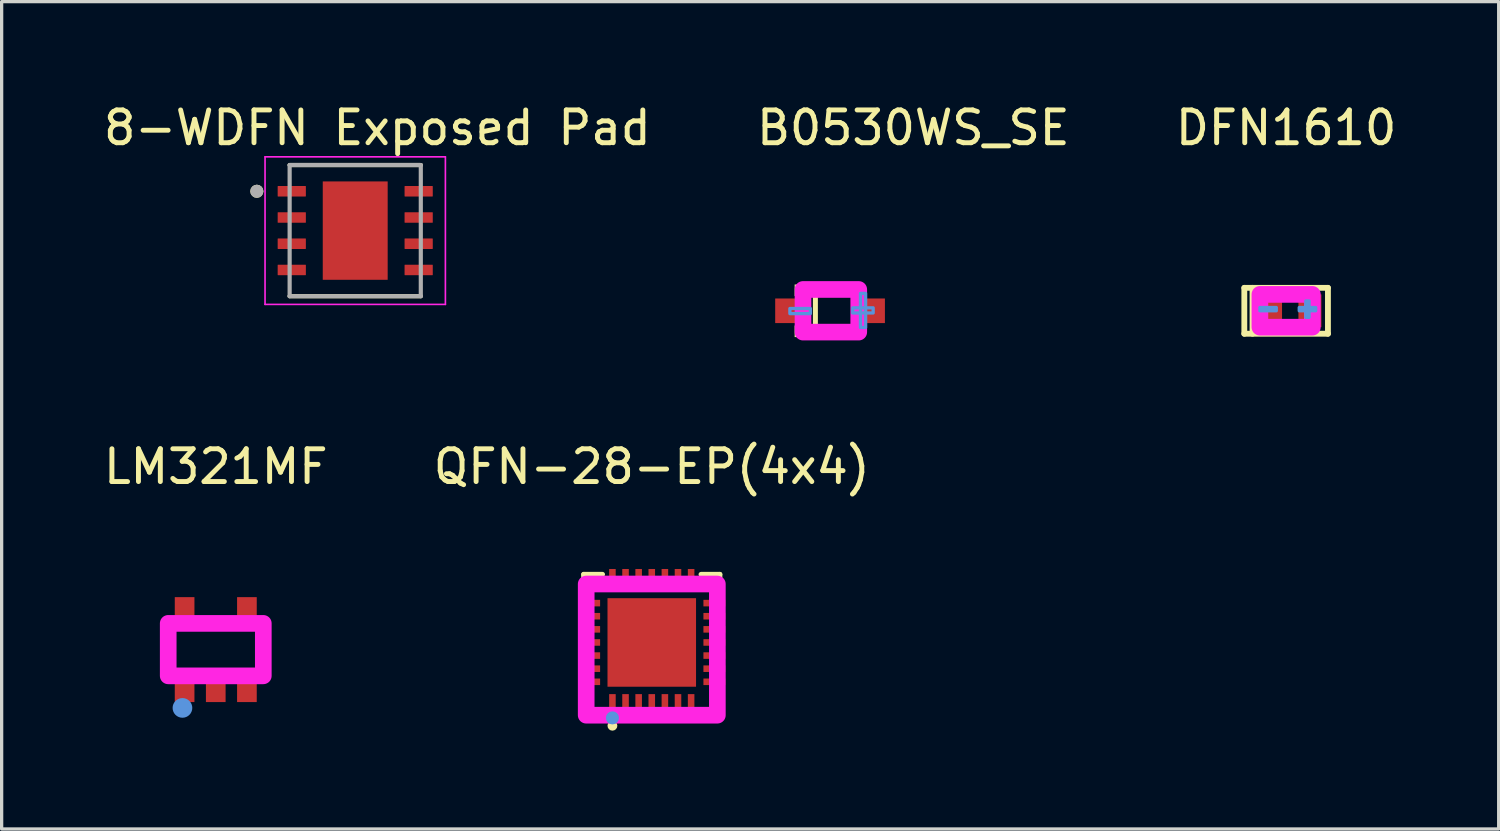
<source format=kicad_pcb>
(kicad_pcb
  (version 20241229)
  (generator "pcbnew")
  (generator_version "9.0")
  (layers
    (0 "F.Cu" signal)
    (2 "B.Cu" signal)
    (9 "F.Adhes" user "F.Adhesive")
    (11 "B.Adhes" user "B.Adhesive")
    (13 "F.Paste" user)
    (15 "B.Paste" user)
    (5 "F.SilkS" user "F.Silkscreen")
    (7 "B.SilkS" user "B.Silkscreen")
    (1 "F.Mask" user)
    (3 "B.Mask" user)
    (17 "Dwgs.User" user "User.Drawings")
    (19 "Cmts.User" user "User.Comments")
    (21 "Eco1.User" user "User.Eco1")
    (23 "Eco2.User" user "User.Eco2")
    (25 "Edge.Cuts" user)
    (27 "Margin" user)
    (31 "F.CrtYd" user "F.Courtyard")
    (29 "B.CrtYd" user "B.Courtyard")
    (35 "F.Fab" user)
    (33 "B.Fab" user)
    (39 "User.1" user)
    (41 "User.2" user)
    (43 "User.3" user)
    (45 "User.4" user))
  (footprint "8-WDFN Exposed Pad"
    (layer "F.Cu")
    (at 7.783 3.983)
    (property "Reference" "8-WDFN Exposed Pad" (at 0.675 -3.135 0) (layer "F.SilkS") (effects (font (size 1 1) (thickness 0.15))))
    (attr through_hole)
    (fp_line (start -2 -2) (end 2 -2) (stroke (width 0.127) (type solid)) (layer "F.SilkS"))
    (fp_line (start -2 2) (end 2 2) (stroke (width 0.127) (type solid)) (layer "F.SilkS"))
    (fp_circle (center -3 -1.2) (end -2.9 -1.2) (stroke (width 0.2) (type solid)) (fill no) (layer "F.SilkS"))
    (fp_poly (pts (xy -0.625 -0.95) (xy 0.625 -0.95) (xy 0.625 0.95) (xy -0.625 0.95)) (stroke (width 0.01) (type solid)) (fill yes) (layer "F.Paste"))
    (fp_line (start -2.75 -2.25) (end -2.75 2.25) (stroke (width 0.05) (type solid)) (layer "F.CrtYd"))
    (fp_line (start -2.75 -2.25) (end 2.75 -2.25) (stroke (width 0.05) (type solid)) (layer "F.CrtYd"))
    (fp_line (start -2.75 2.25) (end 2.75 2.25) (stroke (width 0.05) (type solid)) (layer "F.CrtYd"))
    (fp_line (start 2.75 -2.25) (end 2.75 2.25) (stroke (width 0.05) (type solid)) (layer "F.CrtYd"))
    (fp_line (start -2 -2) (end -2 2) (stroke (width 0.127) (type solid)) (layer "F.Fab"))
    (fp_line (start -2 -2) (end 2 -2) (stroke (width 0.127) (type solid)) (layer "F.Fab"))
    (fp_line (start -2 2) (end 2 2) (stroke (width 0.127) (type solid)) (layer "F.Fab"))
    (fp_line (start 2 -2) (end 2 2) (stroke (width 0.127) (type solid)) (layer "F.Fab"))
    (fp_circle (center -3 -1.2) (end -2.9 -1.2) (stroke (width 0.2) (type solid)) (fill no) (layer "F.Fab"))
    (pad "1" smd roundrect (at -1.935 -1.2) (size 0.86 0.32) (layers "F.Cu" "F.Mask" "F.Paste") (roundrect_rratio 0.04))
    (pad "2" smd roundrect (at -1.935 -0.4) (size 0.86 0.32) (layers "F.Cu" "F.Mask" "F.Paste") (roundrect_rratio 0.04))
    (pad "3" smd roundrect (at -1.935 0.4) (size 0.86 0.32) (layers "F.Cu" "F.Mask" "F.Paste") (roundrect_rratio 0.04))
    (pad "4" smd roundrect (at -1.935 1.2) (size 0.86 0.32) (layers "F.Cu" "F.Mask" "F.Paste") (roundrect_rratio 0.04))
    (pad "5" smd roundrect (at 1.935 1.2 180) (size 0.86 0.32) (layers "F.Cu" "F.Mask" "F.Paste") (roundrect_rratio 0.04))
    (pad "6" smd roundrect (at 1.935 0.4 180) (size 0.86 0.32) (layers "F.Cu" "F.Mask" "F.Paste") (roundrect_rratio 0.04))
    (pad "7" smd roundrect (at 1.935 -0.4 180) (size 0.86 0.32) (layers "F.Cu" "F.Mask" "F.Paste") (roundrect_rratio 0.04))
    (pad "8" smd roundrect (at 1.935 -1.2 180) (size 0.86 0.32) (layers "F.Cu" "F.Mask" "F.Paste") (roundrect_rratio 0.04))
    (pad "9" smd rect (at 0 0) (size 1.98 3) (layers "F.Cu" "F.Mask")))
  (footprint "DFN1610"
    (layer "F.Cu")
    (at 36.173 1.348)
    (property "Reference" "DFN1610" (at 0 -0.5 0) (unlocked yes) (layer "F.SilkS") (effects (font (size 1 1) (thickness 0.15))))
    (attr smd)
    (fp_line (start -1.275 4.38) (end -1.275 5.78) (stroke (width 0.178) (type solid)) (layer "F.SilkS"))
    (fp_line (start -1.275 4.38) (end 1.275 4.38) (stroke (width 0.178) (type solid)) (layer "F.SilkS"))
    (fp_line (start -1.275 5.78) (end 1.275 5.78) (stroke (width 0.178) (type solid)) (layer "F.SilkS"))
    (fp_line (start -1.025 4.38) (end -1.025 5.78) (stroke (width 0.178) (type solid)) (layer "F.SilkS"))
    (fp_line (start 1.275 4.38) (end 1.275 5.78) (stroke (width 0.178) (type solid)) (layer "F.SilkS"))
    (fp_poly (pts (xy -0.8 4.98) (xy -0.3 4.98) (xy -0.3 5.08) (xy -0.8 5.08)) (stroke (width 0.1) (type solid)) (fill no) (layer "Cmts.User"))
    (fp_poly (pts (xy 0.4 4.98) (xy 0.9 4.98) (xy 0.9 5.08) (xy 0.4 5.08)) (stroke (width 0.1) (type solid)) (fill no) (layer "Cmts.User"))
    (fp_poly (pts (xy 0.6 5.28) (xy 0.6 4.78) (xy 0.7 4.78) (xy 0.7 5.28)) (stroke (width 0.1) (type solid)) (fill no) (layer "Cmts.User"))
    (fp_poly (pts (xy -0.8 4.58) (xy 0.8 4.58) (xy 0.8 5.58) (xy -0.8 5.58)) (stroke (width 0.508) (type solid)) (fill no) (layer "F.CrtYd"))
    (pad "1" smd rect (at -0.475 5.08 90) (size 1 0.7) (layers "F.Cu" "F.Mask" "F.Paste"))
    (pad "2" smd rect (at 0.725 5.08 90) (size 1 0.7) (layers "F.Cu" "F.Mask" "F.Paste")))
  (footprint "LM321MF"
    (layer "F.Cu")
    (at 3.53 11.681)
    (property "Reference" "LM321MF" (at 0 -0.5 0) (unlocked yes) (layer "F.SilkS") (effects (font (size 1 1) (thickness 0.15))))
    (attr smd)
    (fp_line (start -1.524 4.381) (end -1.524 5.779) (stroke (width 0.254) (type solid)) (layer "F.SilkS"))
    (fp_line (start -0.381 4.191) (end 0.381 4.191) (stroke (width 0.254) (type solid)) (layer "F.SilkS"))
    (fp_line (start 1.397 4.658) (end 1.397 5.502) (stroke (width 0.254) (type solid)) (layer "F.SilkS"))
    (fp_circle (center -1.016 6.858) (end -1.016 7.008) (stroke (width 0.3) (type solid)) (fill no) (layer "Cmts.User"))
    (fp_poly (pts (xy -1.45 5.88) (xy -1.45 4.28) (xy 1.45 4.28) (xy 1.45 5.88)) (stroke (width 0.508) (type solid)) (fill no) (layer "F.CrtYd"))
    (pad "1" smd rect (at -0.95 6.18) (size 0.6 1) (layers "F.Cu" "F.Mask" "F.Paste"))
    (pad "2" smd rect (at 0 6.18) (size 0.6 1) (layers "F.Cu" "F.Mask" "F.Paste"))
    (pad "3" smd rect (at 0.95 6.18) (size 0.6 1) (layers "F.Cu" "F.Mask" "F.Paste"))
    (pad "4" smd rect (at 0.95 3.98) (size 0.6 1) (layers "F.Cu" "F.Mask" "F.Paste"))
    (pad "5" smd rect (at -0.95 3.98) (size 0.6 1) (layers "F.Cu" "F.Mask" "F.Paste")))
  (footprint "B0530WS_SE"
    (layer "F.Cu")
    (at 24.804 1.348)
    (property "Reference" "B0530WS_SE" (at 0 -0.5 0) (unlocked yes) (layer "F.SilkS") (effects (font (size 1 1) (thickness 0.15))))
    (attr smd)
    (fp_line (start -3.391 4.354) (end -1.639 4.354) (stroke (width 0.152) (type solid)) (layer "F.SilkS"))
    (fp_line (start -3.391 5.806) (end -1.639 5.806) (stroke (width 0.152) (type solid)) (layer "F.SilkS"))
    (fp_line (start -2.987 4.354) (end -2.987 5.806) (stroke (width 0.152) (type solid)) (layer "F.SilkS"))
    (fp_line (start -1.639 4.354) (end -1.639 4.55) (stroke (width 0.152) (type solid)) (layer "F.SilkS"))
    (fp_line (start -1.639 5.806) (end -1.639 5.6) (stroke (width 0.152) (type solid)) (layer "F.SilkS"))
    (fp_poly (pts (xy -3.315 4.278) (xy -3.315 4.63) (xy -3.62 4.63) (xy -3.62 4.278)) (stroke (width 0) (type solid)) (fill yes) (layer "F.SilkS"))
    (fp_poly (pts (xy -3.315 5.882) (xy -3.315 5.53) (xy -3.62 5.53) (xy -3.62 5.882)) (stroke (width 0) (type solid)) (fill yes) (layer "F.SilkS"))
    (fp_poly (pts (xy -3.765 5.01) (xy -3.765 5.166) (xy -3.141 5.166) (xy -3.141 5.01)) (stroke (width 0.1) (type solid)) (fill no) (layer "Cmts.User"))
    (fp_poly (pts (xy -1.457 4.55) (xy -1.457 5.59) (xy -1.613 5.59) (xy -1.613 4.55)) (stroke (width 0.1) (type solid)) (fill no) (layer "Cmts.User"))
    (fp_poly (pts (xy -1.225 4.99) (xy -1.225 5.146) (xy -1.849 5.146) (xy -1.849 4.99)) (stroke (width 0.1) (type solid)) (fill no) (layer "Cmts.User"))
    (fp_poly (pts (xy -1.665 4.43) (xy -1.665 5.73) (xy -3.365 5.73) (xy -3.365 4.43)) (stroke (width 0.508) (type solid)) (fill no) (layer "F.CrtYd"))
    (pad "1" smd rect (at -3.713 5.08) (size 1 0.75) (layers "F.Cu" "F.Mask" "F.Paste"))
    (pad "2" smd rect (at -1.367 5.08) (size 1 0.75) (layers "F.Cu" "F.Mask" "F.Paste")))
  (footprint "QFN-28-EP(4x4)"
    (layer "F.Cu")
    (at 16.827 11.681)
    (property "Reference" "QFN-28-EP(4x4)" (at 0 -0.5 0) (unlocked yes) (layer "F.SilkS") (effects (font (size 1 1) (thickness 0.15))))
    (attr smd)
    (fp_line (start -2.076 2.786) (end -1.503 2.786) (stroke (width 0.152) (type solid)) (layer "F.SilkS"))
    (fp_line (start -2.076 3.36) (end -2.076 2.786) (stroke (width 0.152) (type solid)) (layer "F.SilkS"))
    (fp_line (start -2.076 6.365) (end -2.076 6.938) (stroke (width 0.152) (type solid)) (layer "F.SilkS"))
    (fp_line (start -2.076 6.938) (end -1.503 6.938) (stroke (width 0.152) (type solid)) (layer "F.SilkS"))
    (fp_line (start 2.076 2.786) (end 1.503 2.786) (stroke (width 0.152) (type solid)) (layer "F.SilkS"))
    (fp_line (start 2.076 3.36) (end 2.076 2.786) (stroke (width 0.152) (type solid)) (layer "F.SilkS"))
    (fp_line (start 2.076 6.365) (end 2.076 6.938) (stroke (width 0.152) (type solid)) (layer "F.SilkS"))
    (fp_line (start 2.076 6.938) (end 1.503 6.938) (stroke (width 0.152) (type solid)) (layer "F.SilkS"))
    (fp_circle (center -1.2 7.402) (end -1.2 7.477) (stroke (width 0.15) (type solid)) (fill no) (layer "F.SilkS"))
    (fp_poly (pts (xy -2.24 3.78) (xy -2.24 3.98) (xy -1.575 3.98) (xy -1.575 3.78)) (stroke (width 0) (type solid)) (fill yes) (layer "F.Paste"))
    (fp_poly (pts (xy -2.24 4.18) (xy -2.24 4.38) (xy -1.575 4.38) (xy -1.575 4.18)) (stroke (width 0) (type solid)) (fill yes) (layer "F.Paste"))
    (fp_poly (pts (xy -2.24 4.58) (xy -2.24 4.78) (xy -1.575 4.78) (xy -1.575 4.58)) (stroke (width 0) (type solid)) (fill yes) (layer "F.Paste"))
    (fp_poly (pts (xy -2.24 5.38) (xy -2.24 5.58) (xy -1.575 5.58) (xy -1.575 5.38)) (stroke (width 0) (type solid)) (fill yes) (layer "F.Paste"))
    (fp_poly (pts (xy -2.24 5.78) (xy -2.24 5.98) (xy -1.575 5.98) (xy -1.575 5.78)) (stroke (width 0) (type solid)) (fill yes) (layer "F.Paste"))
    (fp_poly (pts (xy -2.24 6.18) (xy -2.24 6.38) (xy -1.575 6.38) (xy -1.575 6.18)) (stroke (width 0) (type solid)) (fill yes) (layer "F.Paste"))
    (fp_poly (pts (xy -1.575 5.18) (xy -1.575 4.98) (xy -2.24 4.98) (xy -2.24 5.18)) (stroke (width 0) (type solid)) (fill yes) (layer "F.Paste"))
    (fp_poly (pts (xy -1.3 6.655) (xy -1.3 7.32) (xy -1.1 7.32) (xy -1.1 6.655)) (stroke (width 0) (type solid)) (fill yes) (layer "F.Paste"))
    (fp_poly (pts (xy -1.1 3.505) (xy -1.1 2.84) (xy -1.3 2.84) (xy -1.3 3.505)) (stroke (width 0) (type solid)) (fill yes) (layer "F.Paste"))
    (fp_poly (pts (xy -1.08 4) (xy 1.08 4) (xy 1.08 6.16) (xy -1.08 6.16)) (stroke (width 0) (type solid)) (fill yes) (layer "F.Paste"))
    (fp_poly (pts (xy -0.9 6.655) (xy -0.9 7.32) (xy -0.7 7.32) (xy -0.7 6.655)) (stroke (width 0) (type solid)) (fill yes) (layer "F.Paste"))
    (fp_poly (pts (xy -0.7 3.505) (xy -0.7 2.84) (xy -0.9 2.84) (xy -0.9 3.505)) (stroke (width 0) (type solid)) (fill yes) (layer "F.Paste"))
    (fp_poly (pts (xy -0.3 3.505) (xy -0.3 2.84) (xy -0.5 2.84) (xy -0.5 3.505)) (stroke (width 0) (type solid)) (fill yes) (layer "F.Paste"))
    (fp_poly (pts (xy -0.3 7.32) (xy -0.3 6.655) (xy -0.5 6.655) (xy -0.5 7.32)) (stroke (width 0) (type solid)) (fill yes) (layer "F.Paste"))
    (fp_poly (pts (xy 0.1 3.505) (xy 0.1 2.84) (xy -0.1 2.84) (xy -0.1 3.505)) (stroke (width 0) (type solid)) (fill yes) (layer "F.Paste"))
    (fp_poly (pts (xy 0.1 7.32) (xy 0.1 6.655) (xy -0.1 6.655) (xy -0.1 7.32)) (stroke (width 0) (type solid)) (fill yes) (layer "F.Paste"))
    (fp_poly (pts (xy 0.5 3.505) (xy 0.5 2.84) (xy 0.3 2.84) (xy 0.3 3.505)) (stroke (width 0) (type solid)) (fill yes) (layer "F.Paste"))
    (fp_poly (pts (xy 0.5 7.32) (xy 0.5 6.655) (xy 0.3 6.655) (xy 0.3 7.32)) (stroke (width 0) (type solid)) (fill yes) (layer "F.Paste"))
    (fp_poly (pts (xy 0.7 2.84) (xy 0.7 3.505) (xy 0.9 3.505) (xy 0.9 2.84)) (stroke (width 0) (type solid)) (fill yes) (layer "F.Paste"))
    (fp_poly (pts (xy 0.9 7.32) (xy 0.9 6.655) (xy 0.7 6.655) (xy 0.7 7.32)) (stroke (width 0) (type solid)) (fill yes) (layer "F.Paste"))
    (fp_poly (pts (xy 1.1 2.84) (xy 1.1 3.505) (xy 1.3 3.505) (xy 1.3 2.84)) (stroke (width 0) (type solid)) (fill yes) (layer "F.Paste"))
    (fp_poly (pts (xy 1.3 7.32) (xy 1.3 6.655) (xy 1.1 6.655) (xy 1.1 7.32)) (stroke (width 0) (type solid)) (fill yes) (layer "F.Paste"))
    (fp_poly (pts (xy 2.24 3.98) (xy 2.24 3.78) (xy 1.575 3.78) (xy 1.575 3.98)) (stroke (width 0) (type solid)) (fill yes) (layer "F.Paste"))
    (fp_poly (pts (xy 2.24 4.38) (xy 2.24 4.18) (xy 1.575 4.18) (xy 1.575 4.38)) (stroke (width 0) (type solid)) (fill yes) (layer "F.Paste"))
    (fp_poly (pts (xy 2.24 4.78) (xy 2.24 4.58) (xy 1.575 4.58) (xy 1.575 4.78)) (stroke (width 0) (type solid)) (fill yes) (layer "F.Paste"))
    (fp_poly (pts (xy 2.24 5.18) (xy 2.24 4.98) (xy 1.575 4.98) (xy 1.575 5.18)) (stroke (width 0) (type solid)) (fill yes) (layer "F.Paste"))
    (fp_poly (pts (xy 2.24 5.58) (xy 2.24 5.38) (xy 1.575 5.38) (xy 1.575 5.58)) (stroke (width 0) (type solid)) (fill yes) (layer "F.Paste"))
    (fp_poly (pts (xy 2.24 5.98) (xy 2.24 5.78) (xy 1.575 5.78) (xy 1.575 5.98)) (stroke (width 0) (type solid)) (fill yes) (layer "F.Paste"))
    (fp_poly (pts (xy 2.24 6.38) (xy 2.24 6.18) (xy 1.575 6.18) (xy 1.575 6.38)) (stroke (width 0) (type solid)) (fill yes) (layer "F.Paste"))
    (fp_circle (center -1.2 7.162) (end -1.2 7.262) (stroke (width 0.2) (type solid)) (fill no) (layer "Cmts.User"))
    (fp_poly (pts (xy -2 7.08) (xy -2 3.08) (xy 2 3.08) (xy 2 7.08)) (stroke (width 0.508) (type solid)) (fill no) (layer "F.CrtYd"))
    (pad "1" smd rect (at -1.2 6.77) (size 0.2 0.665) (layers "F.Cu" "F.Mask" "F.Paste"))
    (pad "2" smd rect (at -0.8 6.77) (size 0.2 0.665) (layers "F.Cu" "F.Mask" "F.Paste"))
    (pad "3" smd rect (at -0.4 6.77) (size 0.2 0.665) (layers "F.Cu" "F.Mask" "F.Paste"))
    (pad "4" smd rect (at 0 6.77) (size 0.2 0.665) (layers "F.Cu" "F.Mask" "F.Paste"))
    (pad "5" smd rect (at 0.4 6.77) (size 0.2 0.665) (layers "F.Cu" "F.Mask" "F.Paste"))
    (pad "6" smd rect (at 0.8 6.77) (size 0.2 0.665) (layers "F.Cu" "F.Mask" "F.Paste"))
    (pad "7" smd rect (at 1.2 6.77) (size 0.2 0.665) (layers "F.Cu" "F.Mask" "F.Paste"))
    (pad "8" smd rect (at 1.908 6.062) (size 0.665 0.2) (layers "F.Cu" "F.Mask" "F.Paste"))
    (pad "9" smd rect (at 1.908 5.662) (size 0.665 0.2) (layers "F.Cu" "F.Mask" "F.Paste"))
    (pad "10" smd rect (at 1.908 5.262) (size 0.665 0.2) (layers "F.Cu" "F.Mask" "F.Paste"))
    (pad "11" smd rect (at 1.908 4.862) (size 0.665 0.2) (layers "F.Cu" "F.Mask" "F.Paste"))
    (pad "12" smd rect (at 1.908 4.462) (size 0.665 0.2) (layers "F.Cu" "F.Mask" "F.Paste"))
    (pad "13" smd rect (at 1.908 4.062) (size 0.665 0.2) (layers "F.Cu" "F.Mask" "F.Paste"))
    (pad "14" smd rect (at 1.908 3.662) (size 0.665 0.2) (layers "F.Cu" "F.Mask" "F.Paste"))
    (pad "15" smd rect (at 1.2 2.954) (size 0.2 0.665) (layers "F.Cu" "F.Mask" "F.Paste"))
    (pad "16" smd rect (at 0.8 2.954) (size 0.2 0.665) (layers "F.Cu" "F.Mask" "F.Paste"))
    (pad "17" smd rect (at 0.4 2.954) (size 0.2 0.665) (layers "F.Cu" "F.Mask" "F.Paste"))
    (pad "18" smd rect (at 0 2.954) (size 0.2 0.665) (layers "F.Cu" "F.Mask" "F.Paste"))
    (pad "19" smd rect (at -0.4 2.954) (size 0.2 0.665) (layers "F.Cu" "F.Mask" "F.Paste"))
    (pad "20" smd rect (at -0.8 2.954) (size 0.2 0.665) (layers "F.Cu" "F.Mask" "F.Paste"))
    (pad "21" smd rect (at -1.2 2.954) (size 0.2 0.665) (layers "F.Cu" "F.Mask" "F.Paste"))
    (pad "22" smd rect (at -1.908 3.662) (size 0.665 0.2) (layers "F.Cu" "F.Mask" "F.Paste"))
    (pad "23" smd rect (at -1.908 4.062) (size 0.665 0.2) (layers "F.Cu" "F.Mask" "F.Paste"))
    (pad "24" smd rect (at -1.908 4.462) (size 0.665 0.2) (layers "F.Cu" "F.Mask" "F.Paste"))
    (pad "25" smd rect (at -1.908 4.862) (size 0.665 0.2) (layers "F.Cu" "F.Mask" "F.Paste"))
    (pad "26" smd rect (at -1.908 5.262) (size 0.665 0.2) (layers "F.Cu" "F.Mask" "F.Paste"))
    (pad "27" smd rect (at -1.908 5.662) (size 0.665 0.2) (layers "F.Cu" "F.Mask" "F.Paste"))
    (pad "28" smd rect (at -1.908 6.062) (size 0.665 0.2) (layers "F.Cu" "F.Mask" "F.Paste"))
    (pad "29" smd rect (at 0 4.862) (size 2.7 2.7) (layers "F.Cu" "F.Mask" "F.Paste")))
  (gr_rect
    (start -3 -3)
    (end 42.655 22.232)
    (stroke (width 0.1) (type default))
    (fill no)
    (layer "Edge.Cuts")))
</source>
